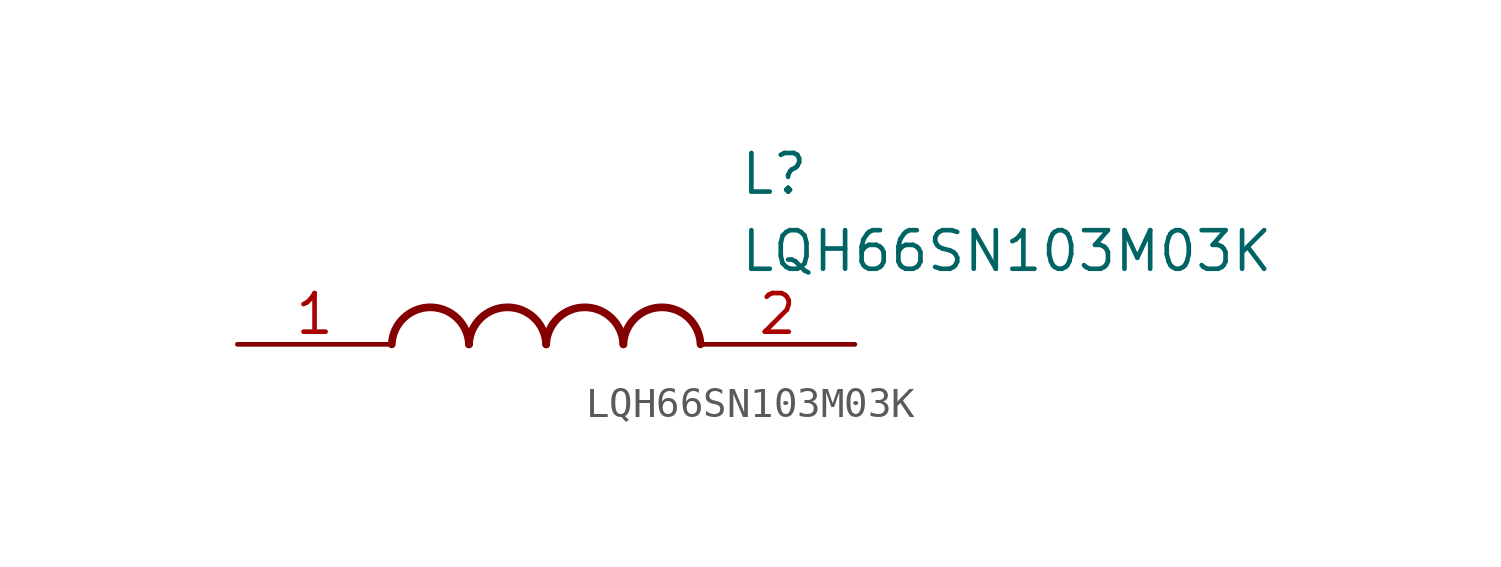
<source format=kicad_sym>
(kicad_symbol_lib
  (version 20211014)
  (generator SamacSys_ECAD_Model)
  (symbol "LQH66SN103M03K"
    (pin_names hide)
    (property "Reference" "L"
      (at 16.51 6.35 0)
      (effects (font (size 1.27 1.27)) (justify left top)))
    (property "Value" "LQH66SN103M03K"
      (at 16.51 3.81 0)
      (effects (font (size 1.27 1.27)) (justify left top)))
    (arc
      (start 7.62 0)
      (mid 6.35 1.219)
      (end 5.08 0)
      (stroke (width 0.254) (type default))
      (fill (type none)))
    (arc
      (start 10.16 0)
      (mid 8.89 1.219)
      (end 7.62 0)
      (stroke (width 0.254) (type default))
      (fill (type none)))
    (arc
      (start 12.7 0)
      (mid 11.43 1.219)
      (end 10.16 0)
      (stroke (width 0.254) (type default))
      (fill (type none)))
    (arc
      (start 15.24 0)
      (mid 13.97 1.219)
      (end 12.7 0)
      (stroke (width 0.254) (type default))
      (fill (type none)))
    (pin passive line
      (at 0 0 0)
      (length 5.08)
      (name "1" (effects (font (size 1.27 1.27))))
      (number "1" (effects (font (size 1.27 1.27)))))
    (pin passive line
      (at 20.32 0 180)
      (length 5.08)
      (name "2" (effects (font (size 1.27 1.27))))
      (number "2" (effects (font (size 1.27 1.27)))))))
</source>
